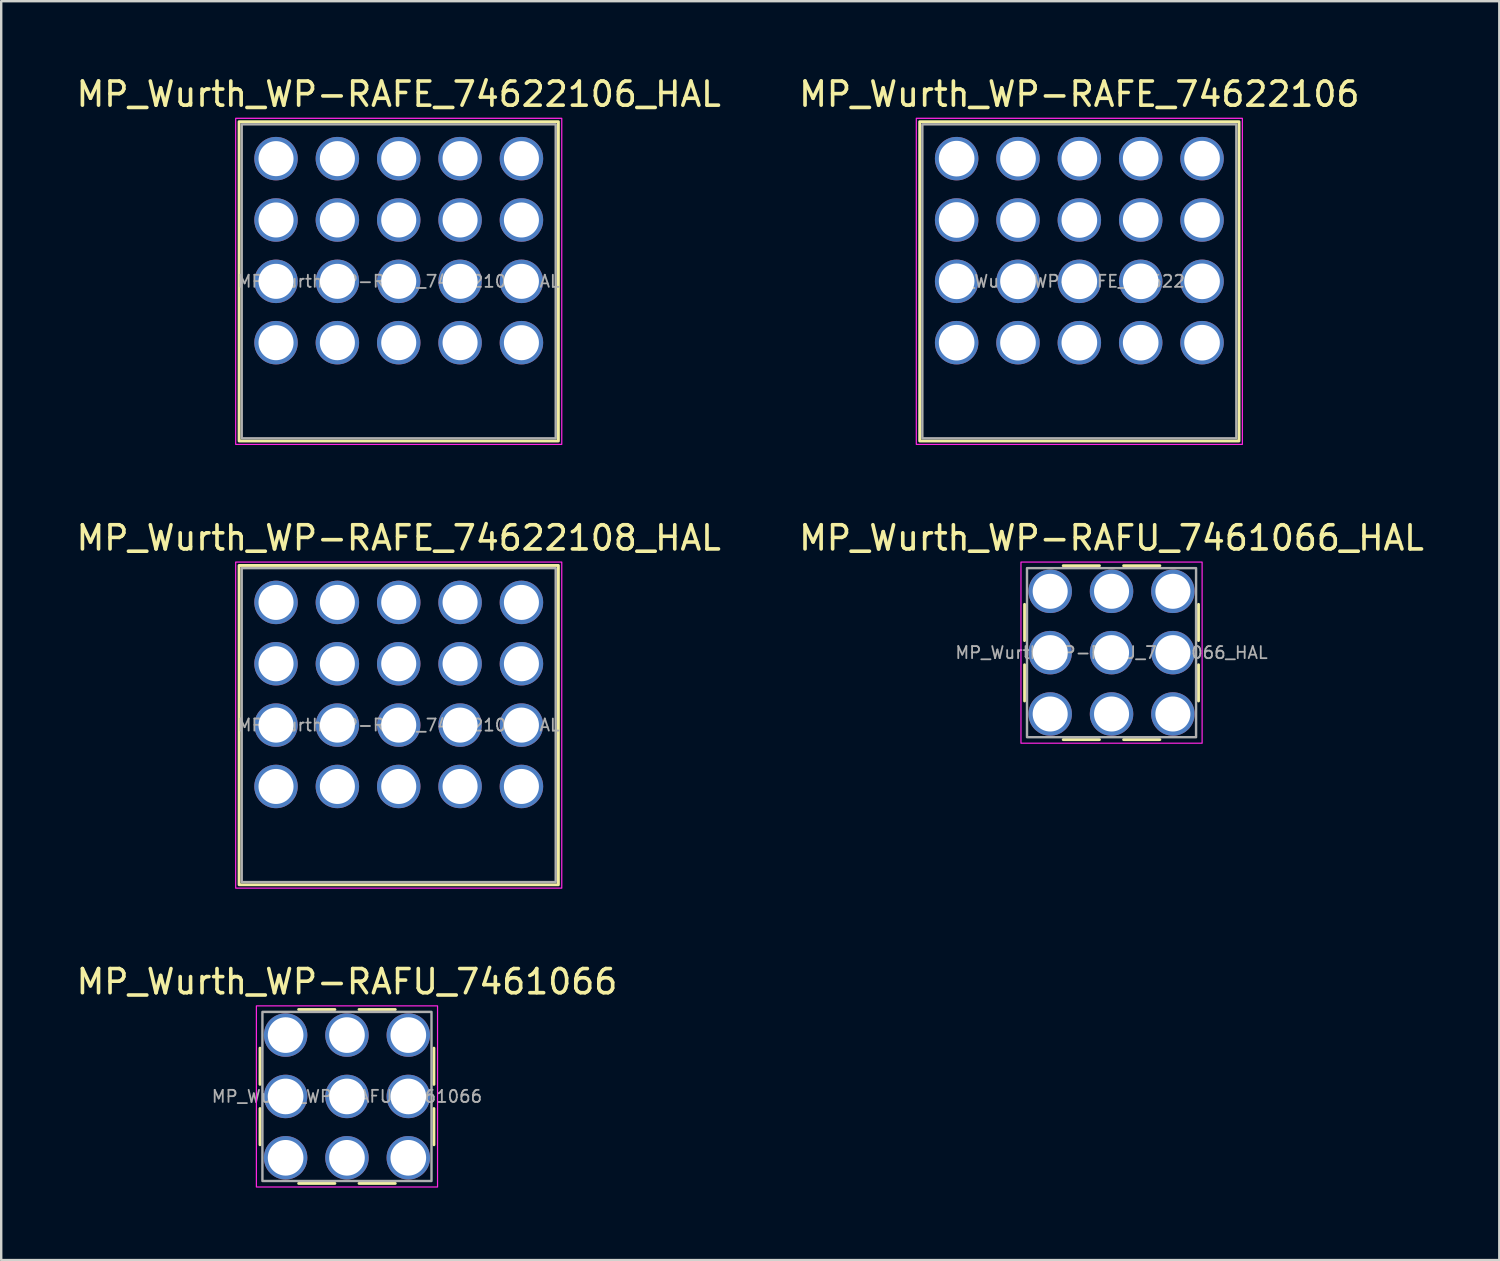
<source format=kicad_pcb>
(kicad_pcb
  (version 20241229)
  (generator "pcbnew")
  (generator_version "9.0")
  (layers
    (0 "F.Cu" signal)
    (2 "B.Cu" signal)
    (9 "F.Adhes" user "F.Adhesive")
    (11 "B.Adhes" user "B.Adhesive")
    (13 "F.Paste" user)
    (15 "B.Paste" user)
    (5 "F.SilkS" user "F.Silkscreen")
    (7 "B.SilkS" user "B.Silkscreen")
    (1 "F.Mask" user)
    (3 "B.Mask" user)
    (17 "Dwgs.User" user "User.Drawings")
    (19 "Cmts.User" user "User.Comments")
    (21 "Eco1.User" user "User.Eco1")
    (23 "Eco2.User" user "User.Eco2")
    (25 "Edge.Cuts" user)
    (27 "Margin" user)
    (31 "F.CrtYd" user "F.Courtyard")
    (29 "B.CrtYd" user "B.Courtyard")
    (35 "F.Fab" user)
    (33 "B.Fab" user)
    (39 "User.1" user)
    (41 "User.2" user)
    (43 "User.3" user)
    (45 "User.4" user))
  (footprint "MP_Wurth_WP-RAFU_7461066_HAL"
    (layer "F.Cu")
    (at 42.97 23.971)
    (property "Reference" "MP_Wurth_WP-RAFU_7461066_HAL" (at 0 -4.75 0) (unlocked yes) (layer "F.SilkS") (effects (font (size 1 1) (thickness 0.15))))
    (attr through_hole)
    (fp_line (start -3.6 -2) (end -3.6 -0.5) (stroke (width 0.12) (type solid)) (layer "F.SilkS"))
    (fp_line (start -3.6 2) (end -3.6 0.5) (stroke (width 0.12) (type solid)) (layer "F.SilkS"))
    (fp_line (start -2 -3.6) (end -0.5 -3.6) (stroke (width 0.12) (type solid)) (layer "F.SilkS"))
    (fp_line (start -2 3.6) (end -0.5 3.6) (stroke (width 0.12) (type solid)) (layer "F.SilkS"))
    (fp_line (start 2 -3.6) (end 0.5 -3.6) (stroke (width 0.12) (type solid)) (layer "F.SilkS"))
    (fp_line (start 2 3.6) (end 0.5 3.6) (stroke (width 0.12) (type solid)) (layer "F.SilkS"))
    (fp_line (start 3.6 -2) (end 3.6 -0.5) (stroke (width 0.12) (type solid)) (layer "F.SilkS"))
    (fp_line (start 3.6 2) (end 3.6 0.5) (stroke (width 0.12) (type solid)) (layer "F.SilkS"))
    (fp_rect (start -3.75 -3.75) (end 3.75 3.75) (stroke (width 0.05) (type solid)) (fill no) (layer "F.CrtYd"))
    (fp_rect (start -3.5 -3.5) (end 3.5 3.5) (stroke (width 0.1) (type solid)) (fill no) (layer "F.Fab"))
    (fp_text user "${REFERENCE}" (at 0 0 0) (unlocked yes) (layer "F.Fab") (effects (font (size 0.5 0.5) (thickness 0.075))))
    (pad "1" thru_hole circle (at -2.54 -2.54) (size 1.8 1.8) (drill 1.45) (layers "*.Cu" "*.Mask"))
    (pad "1" thru_hole circle (at -2.54 0) (size 1.8 1.8) (drill 1.45) (layers "*.Cu" "*.Mask"))
    (pad "1" thru_hole circle (at -2.54 2.54) (size 1.8 1.8) (drill 1.45) (layers "*.Cu" "*.Mask"))
    (pad "1" thru_hole circle (at 0 -2.54) (size 1.8 1.8) (drill 1.45) (layers "*.Cu" "*.Mask"))
    (pad "1" thru_hole circle (at 0 0) (size 1.8 1.8) (drill 1.45) (layers "*.Cu" "*.Mask"))
    (pad "1" thru_hole circle (at 0 2.54) (size 1.8 1.8) (drill 1.45) (layers "*.Cu" "*.Mask"))
    (pad "1" thru_hole circle (at 2.54 -2.54) (size 1.8 1.8) (drill 1.45) (layers "*.Cu" "*.Mask"))
    (pad "1" thru_hole circle (at 2.54 0) (size 1.8 1.8) (drill 1.45) (layers "*.Cu" "*.Mask"))
    (pad "1" thru_hole circle (at 2.54 2.54) (size 1.8 1.8) (drill 1.45) (layers "*.Cu" "*.Mask")))
  (footprint "MP_Wurth_WP-RAFE_74622106_HAL"
    (layer "F.Cu")
    (at 13.458 8.598)
    (property "Reference" "MP_Wurth_WP-RAFE_74622106_HAL" (at 0 -7.75 0) (unlocked yes) (layer "F.SilkS") (effects (font (size 1 1) (thickness 0.15))))
    (attr through_hole)
    (fp_rect (start -6.61 -6.61) (end 6.61 6.61) (stroke (width 0.12) (type solid)) (fill no) (layer "F.SilkS"))
    (fp_rect (start -6.75 -6.75) (end 6.75 6.75) (stroke (width 0.05) (type solid)) (fill no) (layer "F.CrtYd"))
    (fp_rect (start -6.5 -6.5) (end 6.5 6.5) (stroke (width 0.1) (type solid)) (fill no) (layer "F.Fab"))
    (fp_text user "${REFERENCE}" (at 0 0 0) (unlocked yes) (layer "F.Fab") (effects (font (size 0.5 0.5) (thickness 0.075))))
    (pad "1" thru_hole circle (at -5.08 -5.08) (size 1.8 1.8) (drill 1.45) (layers "*.Cu" "*.Mask"))
    (pad "1" thru_hole circle (at -5.08 -2.54) (size 1.8 1.8) (drill 1.45) (layers "*.Cu" "*.Mask"))
    (pad "1" thru_hole circle (at -5.08 0) (size 1.8 1.8) (drill 1.45) (layers "*.Cu" "*.Mask"))
    (pad "1" thru_hole circle (at -5.08 2.54) (size 1.8 1.8) (drill 1.45) (layers "*.Cu" "*.Mask"))
    (pad "1" thru_hole circle (at -2.54 -5.08) (size 1.8 1.8) (drill 1.45) (layers "*.Cu" "*.Mask"))
    (pad "1" thru_hole circle (at -2.54 -2.54) (size 1.8 1.8) (drill 1.45) (layers "*.Cu" "*.Mask"))
    (pad "1" thru_hole circle (at -2.54 0) (size 1.8 1.8) (drill 1.45) (layers "*.Cu" "*.Mask"))
    (pad "1" thru_hole circle (at -2.54 2.54) (size 1.8 1.8) (drill 1.45) (layers "*.Cu" "*.Mask"))
    (pad "1" thru_hole circle (at 0 -5.08) (size 1.8 1.8) (drill 1.45) (layers "*.Cu" "*.Mask"))
    (pad "1" thru_hole circle (at 0 -2.54) (size 1.8 1.8) (drill 1.45) (layers "*.Cu" "*.Mask"))
    (pad "1" thru_hole circle (at 0 0) (size 1.8 1.8) (drill 1.45) (layers "*.Cu" "*.Mask"))
    (pad "1" thru_hole circle (at 0 2.54) (size 1.8 1.8) (drill 1.45) (layers "*.Cu" "*.Mask"))
    (pad "1" thru_hole circle (at 2.54 -5.08) (size 1.8 1.8) (drill 1.45) (layers "*.Cu" "*.Mask"))
    (pad "1" thru_hole circle (at 2.54 -2.54) (size 1.8 1.8) (drill 1.45) (layers "*.Cu" "*.Mask"))
    (pad "1" thru_hole circle (at 2.54 0) (size 1.8 1.8) (drill 1.45) (layers "*.Cu" "*.Mask"))
    (pad "1" thru_hole circle (at 2.54 2.54) (size 1.8 1.8) (drill 1.45) (layers "*.Cu" "*.Mask"))
    (pad "1" thru_hole circle (at 5.08 -5.08) (size 1.8 1.8) (drill 1.45) (layers "*.Cu" "*.Mask"))
    (pad "1" thru_hole circle (at 5.08 -2.54) (size 1.8 1.8) (drill 1.45) (layers "*.Cu" "*.Mask"))
    (pad "1" thru_hole circle (at 5.08 0) (size 1.8 1.8) (drill 1.45) (layers "*.Cu" "*.Mask"))
    (pad "1" thru_hole circle (at 5.08 2.54) (size 1.8 1.8) (drill 1.45) (layers "*.Cu" "*.Mask")))
  (footprint "MP_Wurth_WP-RAFE_74622108_HAL"
    (layer "F.Cu")
    (at 13.458 26.971)
    (property "Reference" "MP_Wurth_WP-RAFE_74622108_HAL" (at 0 -7.75 0) (unlocked yes) (layer "F.SilkS") (effects (font (size 1 1) (thickness 0.15))))
    (attr through_hole)
    (fp_rect (start -6.61 -6.61) (end 6.61 6.61) (stroke (width 0.12) (type solid)) (fill no) (layer "F.SilkS"))
    (fp_rect (start -6.75 -6.75) (end 6.75 6.75) (stroke (width 0.05) (type solid)) (fill no) (layer "F.CrtYd"))
    (fp_rect (start -6.5 -6.5) (end 6.5 6.5) (stroke (width 0.1) (type solid)) (fill no) (layer "F.Fab"))
    (fp_text user "${REFERENCE}" (at 0 0 0) (unlocked yes) (layer "F.Fab") (effects (font (size 0.5 0.5) (thickness 0.075))))
    (pad "1" thru_hole circle (at -5.08 -5.08) (size 1.8 1.8) (drill 1.45) (layers "*.Cu" "*.Mask"))
    (pad "1" thru_hole circle (at -5.08 -2.54) (size 1.8 1.8) (drill 1.45) (layers "*.Cu" "*.Mask"))
    (pad "1" thru_hole circle (at -5.08 0) (size 1.8 1.8) (drill 1.45) (layers "*.Cu" "*.Mask"))
    (pad "1" thru_hole circle (at -5.08 2.54) (size 1.8 1.8) (drill 1.45) (layers "*.Cu" "*.Mask"))
    (pad "1" thru_hole circle (at -2.54 -5.08) (size 1.8 1.8) (drill 1.45) (layers "*.Cu" "*.Mask"))
    (pad "1" thru_hole circle (at -2.54 -2.54) (size 1.8 1.8) (drill 1.45) (layers "*.Cu" "*.Mask"))
    (pad "1" thru_hole circle (at -2.54 0) (size 1.8 1.8) (drill 1.45) (layers "*.Cu" "*.Mask"))
    (pad "1" thru_hole circle (at -2.54 2.54) (size 1.8 1.8) (drill 1.45) (layers "*.Cu" "*.Mask"))
    (pad "1" thru_hole circle (at 0 -5.08) (size 1.8 1.8) (drill 1.45) (layers "*.Cu" "*.Mask"))
    (pad "1" thru_hole circle (at 0 -2.54) (size 1.8 1.8) (drill 1.45) (layers "*.Cu" "*.Mask"))
    (pad "1" thru_hole circle (at 0 0) (size 1.8 1.8) (drill 1.45) (layers "*.Cu" "*.Mask"))
    (pad "1" thru_hole circle (at 0 2.54) (size 1.8 1.8) (drill 1.45) (layers "*.Cu" "*.Mask"))
    (pad "1" thru_hole circle (at 2.54 -5.08) (size 1.8 1.8) (drill 1.45) (layers "*.Cu" "*.Mask"))
    (pad "1" thru_hole circle (at 2.54 -2.54) (size 1.8 1.8) (drill 1.45) (layers "*.Cu" "*.Mask"))
    (pad "1" thru_hole circle (at 2.54 0) (size 1.8 1.8) (drill 1.45) (layers "*.Cu" "*.Mask"))
    (pad "1" thru_hole circle (at 2.54 2.54) (size 1.8 1.8) (drill 1.45) (layers "*.Cu" "*.Mask"))
    (pad "1" thru_hole circle (at 5.08 -5.08) (size 1.8 1.8) (drill 1.45) (layers "*.Cu" "*.Mask"))
    (pad "1" thru_hole circle (at 5.08 -2.54) (size 1.8 1.8) (drill 1.45) (layers "*.Cu" "*.Mask"))
    (pad "1" thru_hole circle (at 5.08 0) (size 1.8 1.8) (drill 1.45) (layers "*.Cu" "*.Mask"))
    (pad "1" thru_hole circle (at 5.08 2.54) (size 1.8 1.8) (drill 1.45) (layers "*.Cu" "*.Mask")))
  (footprint "MP_Wurth_WP-RAFE_74622106"
    (layer "F.Cu")
    (at 41.637 8.598)
    (property "Reference" "MP_Wurth_WP-RAFE_74622106" (at 0 -7.75 0) (unlocked yes) (layer "F.SilkS") (effects (font (size 1 1) (thickness 0.15))))
    (attr through_hole)
    (fp_rect (start -6.61 -6.61) (end 6.61 6.61) (stroke (width 0.12) (type solid)) (fill no) (layer "F.SilkS"))
    (fp_rect (start -6.75 -6.75) (end 6.75 6.75) (stroke (width 0.05) (type solid)) (fill no) (layer "F.CrtYd"))
    (fp_rect (start -6.5 -6.5) (end 6.5 6.5) (stroke (width 0.1) (type solid)) (fill no) (layer "F.Fab"))
    (fp_text user "${REFERENCE}" (at 0 0 0) (unlocked yes) (layer "F.Fab") (effects (font (size 0.5 0.5) (thickness 0.075))))
    (pad "1" thru_hole circle (at -5.08 -5.08) (size 1.8 1.8) (drill 1.475) (layers "*.Cu" "*.Mask"))
    (pad "1" thru_hole circle (at -5.08 -2.54) (size 1.8 1.8) (drill 1.475) (layers "*.Cu" "*.Mask"))
    (pad "1" thru_hole circle (at -5.08 0) (size 1.8 1.8) (drill 1.475) (layers "*.Cu" "*.Mask"))
    (pad "1" thru_hole circle (at -5.08 2.54) (size 1.8 1.8) (drill 1.475) (layers "*.Cu" "*.Mask"))
    (pad "1" thru_hole circle (at -2.54 -5.08) (size 1.8 1.8) (drill 1.475) (layers "*.Cu" "*.Mask"))
    (pad "1" thru_hole circle (at -2.54 -2.54) (size 1.8 1.8) (drill 1.475) (layers "*.Cu" "*.Mask"))
    (pad "1" thru_hole circle (at -2.54 0) (size 1.8 1.8) (drill 1.475) (layers "*.Cu" "*.Mask"))
    (pad "1" thru_hole circle (at -2.54 2.54) (size 1.8 1.8) (drill 1.475) (layers "*.Cu" "*.Mask"))
    (pad "1" thru_hole circle (at 0 -5.08) (size 1.8 1.8) (drill 1.475) (layers "*.Cu" "*.Mask"))
    (pad "1" thru_hole circle (at 0 -2.54) (size 1.8 1.8) (drill 1.475) (layers "*.Cu" "*.Mask"))
    (pad "1" thru_hole circle (at 0 0) (size 1.8 1.8) (drill 1.475) (layers "*.Cu" "*.Mask"))
    (pad "1" thru_hole circle (at 0 2.54) (size 1.8 1.8) (drill 1.475) (layers "*.Cu" "*.Mask"))
    (pad "1" thru_hole circle (at 2.54 -5.08) (size 1.8 1.8) (drill 1.475) (layers "*.Cu" "*.Mask"))
    (pad "1" thru_hole circle (at 2.54 -2.54) (size 1.8 1.8) (drill 1.475) (layers "*.Cu" "*.Mask"))
    (pad "1" thru_hole circle (at 2.54 0) (size 1.8 1.8) (drill 1.475) (layers "*.Cu" "*.Mask"))
    (pad "1" thru_hole circle (at 2.54 2.54) (size 1.8 1.8) (drill 1.475) (layers "*.Cu" "*.Mask"))
    (pad "1" thru_hole circle (at 5.08 -5.08) (size 1.8 1.8) (drill 1.475) (layers "*.Cu" "*.Mask"))
    (pad "1" thru_hole circle (at 5.08 -2.54) (size 1.8 1.8) (drill 1.475) (layers "*.Cu" "*.Mask"))
    (pad "1" thru_hole circle (at 5.08 0) (size 1.8 1.8) (drill 1.475) (layers "*.Cu" "*.Mask"))
    (pad "1" thru_hole circle (at 5.08 2.54) (size 1.8 1.8) (drill 1.475) (layers "*.Cu" "*.Mask")))
  (footprint "MP_Wurth_WP-RAFU_7461066"
    (layer "F.Cu")
    (at 11.315 42.345)
    (property "Reference" "MP_Wurth_WP-RAFU_7461066" (at 0 -4.75 0) (unlocked yes) (layer "F.SilkS") (effects (font (size 1 1) (thickness 0.15))))
    (attr through_hole)
    (fp_line (start -3.6 -2) (end -3.6 -0.5) (stroke (width 0.12) (type solid)) (layer "F.SilkS"))
    (fp_line (start -3.6 2) (end -3.6 0.5) (stroke (width 0.12) (type solid)) (layer "F.SilkS"))
    (fp_line (start -2 -3.6) (end -0.5 -3.6) (stroke (width 0.12) (type solid)) (layer "F.SilkS"))
    (fp_line (start -2 3.6) (end -0.5 3.6) (stroke (width 0.12) (type solid)) (layer "F.SilkS"))
    (fp_line (start 2 -3.6) (end 0.5 -3.6) (stroke (width 0.12) (type solid)) (layer "F.SilkS"))
    (fp_line (start 2 3.6) (end 0.5 3.6) (stroke (width 0.12) (type solid)) (layer "F.SilkS"))
    (fp_line (start 3.6 -2) (end 3.6 -0.5) (stroke (width 0.12) (type solid)) (layer "F.SilkS"))
    (fp_line (start 3.6 2) (end 3.6 0.5) (stroke (width 0.12) (type solid)) (layer "F.SilkS"))
    (fp_rect (start -3.75 -3.75) (end 3.75 3.75) (stroke (width 0.05) (type solid)) (fill no) (layer "F.CrtYd"))
    (fp_rect (start -3.5 -3.5) (end 3.5 3.5) (stroke (width 0.1) (type solid)) (fill no) (layer "F.Fab"))
    (fp_text user "${REFERENCE}" (at 0 0 0) (unlocked yes) (layer "F.Fab") (effects (font (size 0.5 0.5) (thickness 0.075))))
    (pad "1" thru_hole circle (at -2.54 -2.54) (size 1.8 1.8) (drill 1.475) (layers "*.Cu" "*.Mask"))
    (pad "1" thru_hole circle (at -2.54 0) (size 1.8 1.8) (drill 1.475) (layers "*.Cu" "*.Mask"))
    (pad "1" thru_hole circle (at -2.54 2.54) (size 1.8 1.8) (drill 1.475) (layers "*.Cu" "*.Mask"))
    (pad "1" thru_hole circle (at 0 -2.54) (size 1.8 1.8) (drill 1.475) (layers "*.Cu" "*.Mask"))
    (pad "1" thru_hole circle (at 0 0) (size 1.8 1.8) (drill 1.475) (layers "*.Cu" "*.Mask"))
    (pad "1" thru_hole circle (at 0 2.54) (size 1.8 1.8) (drill 1.475) (layers "*.Cu" "*.Mask"))
    (pad "1" thru_hole circle (at 2.54 -2.54) (size 1.8 1.8) (drill 1.475) (layers "*.Cu" "*.Mask"))
    (pad "1" thru_hole circle (at 2.54 0) (size 1.8 1.8) (drill 1.475) (layers "*.Cu" "*.Mask"))
    (pad "1" thru_hole circle (at 2.54 2.54) (size 1.8 1.8) (drill 1.475) (layers "*.Cu" "*.Mask")))
  (gr_rect
    (start -3 -3)
    (end 59.024 49.12)
    (stroke (width 0.1) (type default))
    (fill no)
    (layer "Edge.Cuts")))
</source>
